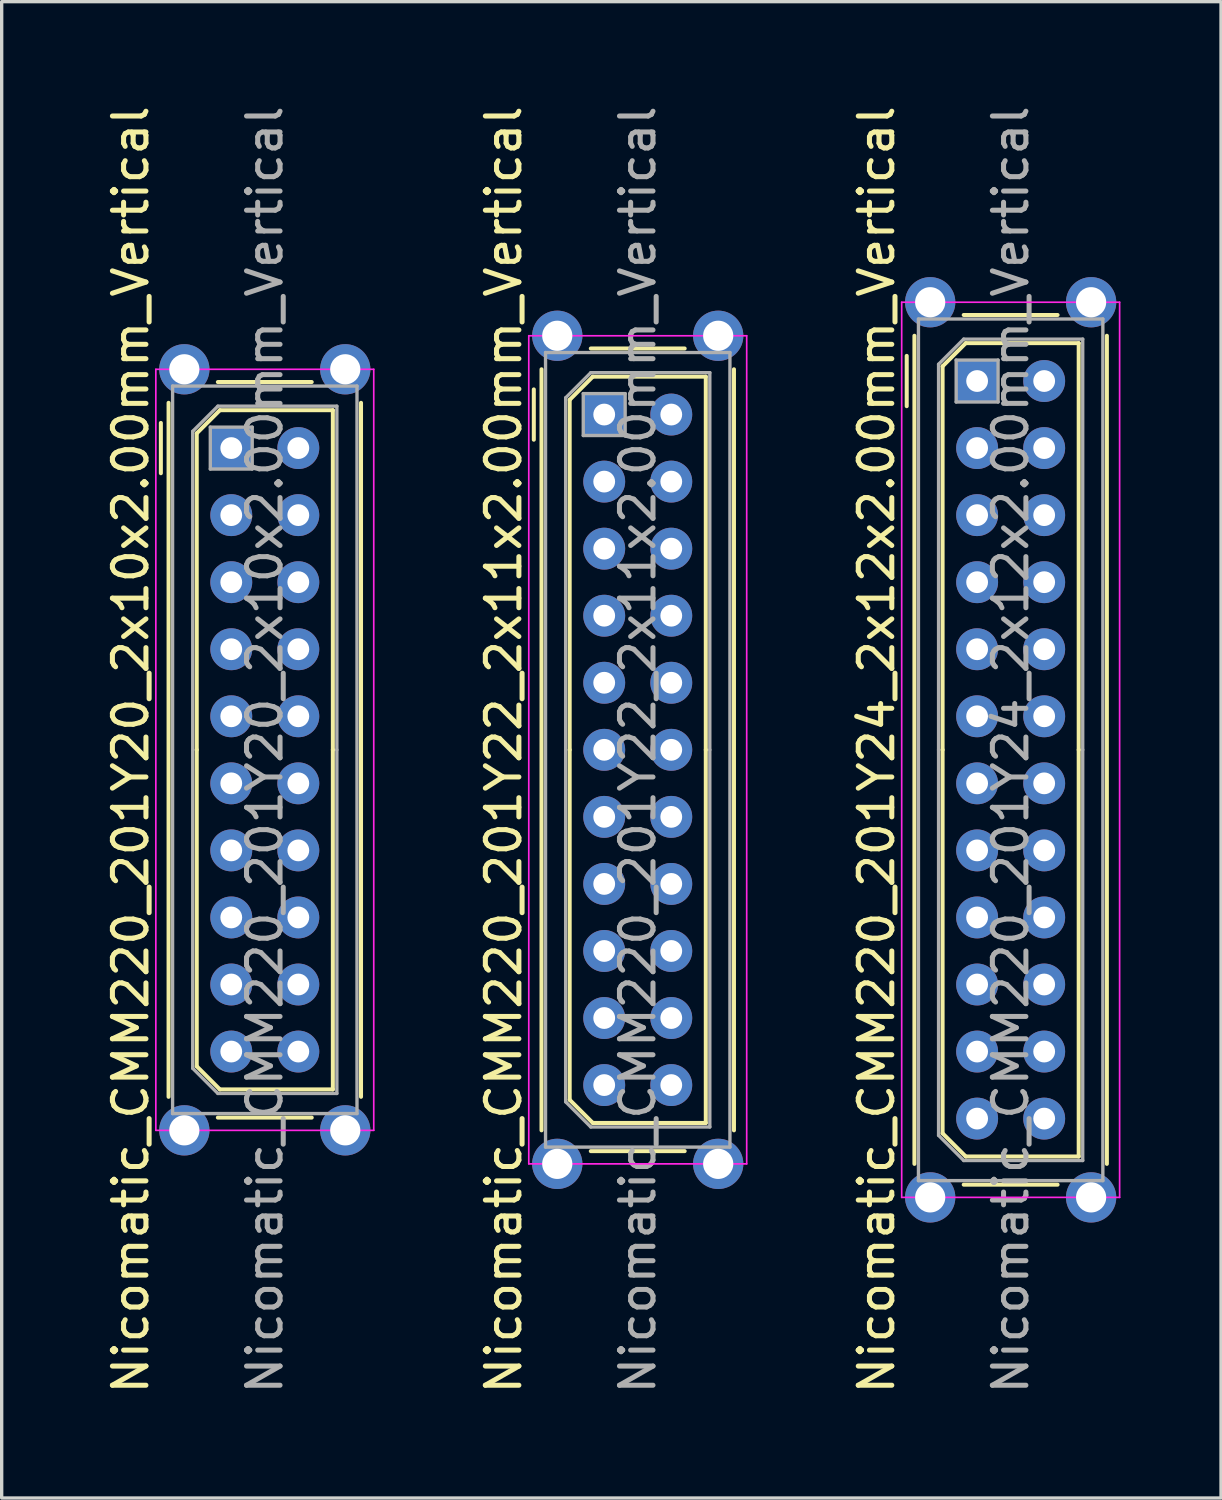
<source format=kicad_pcb>
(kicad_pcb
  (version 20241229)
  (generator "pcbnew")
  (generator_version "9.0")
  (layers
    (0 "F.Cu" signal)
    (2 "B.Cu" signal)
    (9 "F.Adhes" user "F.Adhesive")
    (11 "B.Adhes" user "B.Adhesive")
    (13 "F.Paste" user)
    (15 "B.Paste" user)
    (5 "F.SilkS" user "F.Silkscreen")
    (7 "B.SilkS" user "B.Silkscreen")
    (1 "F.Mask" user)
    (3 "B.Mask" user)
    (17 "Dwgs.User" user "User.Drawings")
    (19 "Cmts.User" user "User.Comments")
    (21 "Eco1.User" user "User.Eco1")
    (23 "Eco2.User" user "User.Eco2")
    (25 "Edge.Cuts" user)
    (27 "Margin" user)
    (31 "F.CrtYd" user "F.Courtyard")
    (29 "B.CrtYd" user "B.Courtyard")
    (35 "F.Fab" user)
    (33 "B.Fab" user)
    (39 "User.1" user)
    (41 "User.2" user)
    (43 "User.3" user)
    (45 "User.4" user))
  (footprint "Nicomatic_CMM220_201Y20_2x10x2.00mm_Vertical"
    (layer "F.Cu")
    (at 3.848 10.315)
    (property "Reference" "Nicomatic_CMM220_201Y20_2x10x2.00mm_Vertical" (at -3 9 90) (layer "F.SilkS") (effects (font (size 1 1) (thickness 0.15))))
    (attr through_hole)
    (fp_line (start -2.1 -0.75) (end -2.1 0.75) (stroke (width 0.12) (type solid)) (layer "F.SilkS"))
    (fp_line (start -1.87 19.35) (end -1.87 -1.35) (stroke (width 0.12) (type solid)) (layer "F.SilkS"))
    (fp_line (start -1.03 -0.44) (end -0.34 -1.13) (stroke (width 0.12) (type solid)) (layer "F.SilkS"))
    (fp_line (start -1.03 9) (end -1.03 -0.44) (stroke (width 0.12) (type solid)) (layer "F.SilkS"))
    (fp_line (start -1.03 9) (end -1.03 18.44) (stroke (width 0.12) (type solid)) (layer "F.SilkS"))
    (fp_line (start -1.03 18.44) (end -0.34 19.13) (stroke (width 0.12) (type solid)) (layer "F.SilkS"))
    (fp_line (start -0.4 -1.97) (end 2.4 -1.97) (stroke (width 0.12) (type solid)) (layer "F.SilkS"))
    (fp_line (start -0.4 19.97) (end 2.4 19.97) (stroke (width 0.12) (type solid)) (layer "F.SilkS"))
    (fp_line (start -0.34 -1.13) (end 3.03 -1.13) (stroke (width 0.12) (type solid)) (layer "F.SilkS"))
    (fp_line (start -0.34 19.13) (end 3.03 19.13) (stroke (width 0.12) (type solid)) (layer "F.SilkS"))
    (fp_line (start 3.03 -1.13) (end 3.03 9) (stroke (width 0.12) (type solid)) (layer "F.SilkS"))
    (fp_line (start 3.03 19.13) (end 3.03 9) (stroke (width 0.12) (type solid)) (layer "F.SilkS"))
    (fp_line (start 3.87 19.35) (end 3.87 -1.35) (stroke (width 0.12) (type solid)) (layer "F.SilkS"))
    (fp_line (start -2.25 -2.35) (end -2.25 20.35) (stroke (width 0.05) (type solid)) (layer "F.CrtYd"))
    (fp_line (start -2.25 20.35) (end 4.25 20.35) (stroke (width 0.05) (type solid)) (layer "F.CrtYd"))
    (fp_line (start 4.25 -2.35) (end -2.25 -2.35) (stroke (width 0.05) (type solid)) (layer "F.CrtYd"))
    (fp_line (start 4.25 20.35) (end 4.25 -2.35) (stroke (width 0.05) (type solid)) (layer "F.CrtYd"))
    (fp_line (start -1.75 -1.85) (end -1.75 19.85) (stroke (width 0.1) (type solid)) (layer "F.Fab"))
    (fp_line (start -1.75 19.85) (end 3.75 19.85) (stroke (width 0.1) (type solid)) (layer "F.Fab"))
    (fp_line (start -1.15 -0.5) (end -0.4 -1.25) (stroke (width 0.1) (type solid)) (layer "F.Fab"))
    (fp_line (start -1.15 9) (end -1.15 -0.5) (stroke (width 0.1) (type solid)) (layer "F.Fab"))
    (fp_line (start -1.15 9) (end -1.15 18.5) (stroke (width 0.1) (type solid)) (layer "F.Fab"))
    (fp_line (start -1.15 18.5) (end -0.4 19.25) (stroke (width 0.1) (type solid)) (layer "F.Fab"))
    (fp_line (start -0.625 -0.625) (end -0.625 0.625) (stroke (width 0.1) (type solid)) (layer "F.Fab"))
    (fp_line (start -0.625 0.625) (end 0.625 0.625) (stroke (width 0.1) (type solid)) (layer "F.Fab"))
    (fp_line (start -0.4 -1.25) (end 3.15 -1.25) (stroke (width 0.1) (type solid)) (layer "F.Fab"))
    (fp_line (start -0.4 19.25) (end 3.15 19.25) (stroke (width 0.1) (type solid)) (layer "F.Fab"))
    (fp_line (start 0.625 -0.625) (end -0.625 -0.625) (stroke (width 0.1) (type solid)) (layer "F.Fab"))
    (fp_line (start 0.625 0.625) (end 0.625 -0.625) (stroke (width 0.1) (type solid)) (layer "F.Fab"))
    (fp_line (start 3.15 -1.25) (end 3.15 9) (stroke (width 0.1) (type solid)) (layer "F.Fab"))
    (fp_line (start 3.15 19.25) (end 3.15 9) (stroke (width 0.1) (type solid)) (layer "F.Fab"))
    (fp_line (start 3.75 -1.85) (end -1.75 -1.85) (stroke (width 0.1) (type solid)) (layer "F.Fab"))
    (fp_line (start 3.75 19.85) (end 3.75 -1.85) (stroke (width 0.1) (type solid)) (layer "F.Fab"))
    (fp_text user "${REFERENCE}" (at 1 9 90) (layer "F.Fab") (effects (font (size 1 1) (thickness 0.15))))
    (pad "" thru_hole circle (at -1.4 -2.35) (size 1.5 1.5) (drill 0.9) (layers "*.Cu" "*.Mask"))
    (pad "" thru_hole circle (at -1.4 20.35) (size 1.5 1.5) (drill 0.9) (layers "*.Cu" "*.Mask"))
    (pad "" thru_hole circle (at 3.4 -2.35) (size 1.5 1.5) (drill 0.9) (layers "*.Cu" "*.Mask"))
    (pad "" thru_hole circle (at 3.4 20.35) (size 1.5 1.5) (drill 0.9) (layers "*.Cu" "*.Mask"))
    (pad "1" thru_hole rect (at 0 0) (size 1.25 1.25) (drill 0.65) (layers "*.Cu" "*.Mask"))
    (pad "2" thru_hole oval (at 0 2) (size 1.25 1.25) (drill 0.65) (layers "*.Cu" "*.Mask"))
    (pad "3" thru_hole oval (at 0 4) (size 1.25 1.25) (drill 0.65) (layers "*.Cu" "*.Mask"))
    (pad "4" thru_hole oval (at 0 6) (size 1.25 1.25) (drill 0.65) (layers "*.Cu" "*.Mask"))
    (pad "5" thru_hole oval (at 0 8) (size 1.25 1.25) (drill 0.65) (layers "*.Cu" "*.Mask"))
    (pad "6" thru_hole oval (at 0 10) (size 1.25 1.25) (drill 0.65) (layers "*.Cu" "*.Mask"))
    (pad "7" thru_hole oval (at 0 12) (size 1.25 1.25) (drill 0.65) (layers "*.Cu" "*.Mask"))
    (pad "8" thru_hole oval (at 0 14) (size 1.25 1.25) (drill 0.65) (layers "*.Cu" "*.Mask"))
    (pad "9" thru_hole oval (at 0 16) (size 1.25 1.25) (drill 0.65) (layers "*.Cu" "*.Mask"))
    (pad "10" thru_hole oval (at 0 18) (size 1.25 1.25) (drill 0.65) (layers "*.Cu" "*.Mask"))
    (pad "11" thru_hole oval (at 2 0) (size 1.25 1.25) (drill 0.65) (layers "*.Cu" "*.Mask"))
    (pad "12" thru_hole oval (at 2 2) (size 1.25 1.25) (drill 0.65) (layers "*.Cu" "*.Mask"))
    (pad "13" thru_hole oval (at 2 4) (size 1.25 1.25) (drill 0.65) (layers "*.Cu" "*.Mask"))
    (pad "14" thru_hole oval (at 2 6) (size 1.25 1.25) (drill 0.65) (layers "*.Cu" "*.Mask"))
    (pad "15" thru_hole oval (at 2 8) (size 1.25 1.25) (drill 0.65) (layers "*.Cu" "*.Mask"))
    (pad "16" thru_hole oval (at 2 10) (size 1.25 1.25) (drill 0.65) (layers "*.Cu" "*.Mask"))
    (pad "17" thru_hole oval (at 2 12) (size 1.25 1.25) (drill 0.65) (layers "*.Cu" "*.Mask"))
    (pad "18" thru_hole oval (at 2 14) (size 1.25 1.25) (drill 0.65) (layers "*.Cu" "*.Mask"))
    (pad "19" thru_hole oval (at 2 16) (size 1.25 1.25) (drill 0.65) (layers "*.Cu" "*.Mask"))
    (pad "20" thru_hole oval (at 2 18) (size 1.25 1.25) (drill 0.65) (layers "*.Cu" "*.Mask")))
  (footprint "Nicomatic_CMM220_201Y22_2x11x2.00mm_Vertical"
    (layer "F.Cu")
    (at 14.972 9.315)
    (property "Reference" "Nicomatic_CMM220_201Y22_2x11x2.00mm_Vertical" (at -3 10 90) (layer "F.SilkS") (effects (font (size 1 1) (thickness 0.15))))
    (attr through_hole)
    (fp_line (start -2.1 -0.75) (end -2.1 0.75) (stroke (width 0.12) (type solid)) (layer "F.SilkS"))
    (fp_line (start -1.87 21.35) (end -1.87 -1.35) (stroke (width 0.12) (type solid)) (layer "F.SilkS"))
    (fp_line (start -1.03 -0.44) (end -0.34 -1.13) (stroke (width 0.12) (type solid)) (layer "F.SilkS"))
    (fp_line (start -1.03 10) (end -1.03 -0.44) (stroke (width 0.12) (type solid)) (layer "F.SilkS"))
    (fp_line (start -1.03 10) (end -1.03 20.44) (stroke (width 0.12) (type solid)) (layer "F.SilkS"))
    (fp_line (start -1.03 20.44) (end -0.34 21.13) (stroke (width 0.12) (type solid)) (layer "F.SilkS"))
    (fp_line (start -0.4 -1.97) (end 2.4 -1.97) (stroke (width 0.12) (type solid)) (layer "F.SilkS"))
    (fp_line (start -0.4 21.97) (end 2.4 21.97) (stroke (width 0.12) (type solid)) (layer "F.SilkS"))
    (fp_line (start -0.34 -1.13) (end 3.03 -1.13) (stroke (width 0.12) (type solid)) (layer "F.SilkS"))
    (fp_line (start -0.34 21.13) (end 3.03 21.13) (stroke (width 0.12) (type solid)) (layer "F.SilkS"))
    (fp_line (start 3.03 -1.13) (end 3.03 10) (stroke (width 0.12) (type solid)) (layer "F.SilkS"))
    (fp_line (start 3.03 21.13) (end 3.03 10) (stroke (width 0.12) (type solid)) (layer "F.SilkS"))
    (fp_line (start 3.87 21.35) (end 3.87 -1.35) (stroke (width 0.12) (type solid)) (layer "F.SilkS"))
    (fp_line (start -2.25 -2.35) (end -2.25 22.35) (stroke (width 0.05) (type solid)) (layer "F.CrtYd"))
    (fp_line (start -2.25 22.35) (end 4.25 22.35) (stroke (width 0.05) (type solid)) (layer "F.CrtYd"))
    (fp_line (start 4.25 -2.35) (end -2.25 -2.35) (stroke (width 0.05) (type solid)) (layer "F.CrtYd"))
    (fp_line (start 4.25 22.35) (end 4.25 -2.35) (stroke (width 0.05) (type solid)) (layer "F.CrtYd"))
    (fp_line (start -1.75 -1.85) (end -1.75 21.85) (stroke (width 0.1) (type solid)) (layer "F.Fab"))
    (fp_line (start -1.75 21.85) (end 3.75 21.85) (stroke (width 0.1) (type solid)) (layer "F.Fab"))
    (fp_line (start -1.15 -0.5) (end -0.4 -1.25) (stroke (width 0.1) (type solid)) (layer "F.Fab"))
    (fp_line (start -1.15 10) (end -1.15 -0.5) (stroke (width 0.1) (type solid)) (layer "F.Fab"))
    (fp_line (start -1.15 10) (end -1.15 20.5) (stroke (width 0.1) (type solid)) (layer "F.Fab"))
    (fp_line (start -1.15 20.5) (end -0.4 21.25) (stroke (width 0.1) (type solid)) (layer "F.Fab"))
    (fp_line (start -0.625 -0.625) (end -0.625 0.625) (stroke (width 0.1) (type solid)) (layer "F.Fab"))
    (fp_line (start -0.625 0.625) (end 0.625 0.625) (stroke (width 0.1) (type solid)) (layer "F.Fab"))
    (fp_line (start -0.4 -1.25) (end 3.15 -1.25) (stroke (width 0.1) (type solid)) (layer "F.Fab"))
    (fp_line (start -0.4 21.25) (end 3.15 21.25) (stroke (width 0.1) (type solid)) (layer "F.Fab"))
    (fp_line (start 0.625 -0.625) (end -0.625 -0.625) (stroke (width 0.1) (type solid)) (layer "F.Fab"))
    (fp_line (start 0.625 0.625) (end 0.625 -0.625) (stroke (width 0.1) (type solid)) (layer "F.Fab"))
    (fp_line (start 3.15 -1.25) (end 3.15 10) (stroke (width 0.1) (type solid)) (layer "F.Fab"))
    (fp_line (start 3.15 21.25) (end 3.15 10) (stroke (width 0.1) (type solid)) (layer "F.Fab"))
    (fp_line (start 3.75 -1.85) (end -1.75 -1.85) (stroke (width 0.1) (type solid)) (layer "F.Fab"))
    (fp_line (start 3.75 21.85) (end 3.75 -1.85) (stroke (width 0.1) (type solid)) (layer "F.Fab"))
    (fp_text user "${REFERENCE}" (at 1 10 90) (layer "F.Fab") (effects (font (size 1 1) (thickness 0.15))))
    (pad "" thru_hole circle (at -1.4 -2.35) (size 1.5 1.5) (drill 0.9) (layers "*.Cu" "*.Mask"))
    (pad "" thru_hole circle (at -1.4 22.35) (size 1.5 1.5) (drill 0.9) (layers "*.Cu" "*.Mask"))
    (pad "" thru_hole circle (at 3.4 -2.35) (size 1.5 1.5) (drill 0.9) (layers "*.Cu" "*.Mask"))
    (pad "" thru_hole circle (at 3.4 22.35) (size 1.5 1.5) (drill 0.9) (layers "*.Cu" "*.Mask"))
    (pad "1" thru_hole rect (at 0 0) (size 1.25 1.25) (drill 0.65) (layers "*.Cu" "*.Mask"))
    (pad "2" thru_hole oval (at 0 2) (size 1.25 1.25) (drill 0.65) (layers "*.Cu" "*.Mask"))
    (pad "3" thru_hole oval (at 0 4) (size 1.25 1.25) (drill 0.65) (layers "*.Cu" "*.Mask"))
    (pad "4" thru_hole oval (at 0 6) (size 1.25 1.25) (drill 0.65) (layers "*.Cu" "*.Mask"))
    (pad "5" thru_hole oval (at 0 8) (size 1.25 1.25) (drill 0.65) (layers "*.Cu" "*.Mask"))
    (pad "6" thru_hole oval (at 0 10) (size 1.25 1.25) (drill 0.65) (layers "*.Cu" "*.Mask"))
    (pad "7" thru_hole oval (at 0 12) (size 1.25 1.25) (drill 0.65) (layers "*.Cu" "*.Mask"))
    (pad "8" thru_hole oval (at 0 14) (size 1.25 1.25) (drill 0.65) (layers "*.Cu" "*.Mask"))
    (pad "9" thru_hole oval (at 0 16) (size 1.25 1.25) (drill 0.65) (layers "*.Cu" "*.Mask"))
    (pad "10" thru_hole oval (at 0 18) (size 1.25 1.25) (drill 0.65) (layers "*.Cu" "*.Mask"))
    (pad "11" thru_hole oval (at 0 20) (size 1.25 1.25) (drill 0.65) (layers "*.Cu" "*.Mask"))
    (pad "12" thru_hole oval (at 2 0) (size 1.25 1.25) (drill 0.65) (layers "*.Cu" "*.Mask"))
    (pad "13" thru_hole oval (at 2 2) (size 1.25 1.25) (drill 0.65) (layers "*.Cu" "*.Mask"))
    (pad "14" thru_hole oval (at 2 4) (size 1.25 1.25) (drill 0.65) (layers "*.Cu" "*.Mask"))
    (pad "15" thru_hole oval (at 2 6) (size 1.25 1.25) (drill 0.65) (layers "*.Cu" "*.Mask"))
    (pad "16" thru_hole oval (at 2 8) (size 1.25 1.25) (drill 0.65) (layers "*.Cu" "*.Mask"))
    (pad "17" thru_hole oval (at 2 10) (size 1.25 1.25) (drill 0.65) (layers "*.Cu" "*.Mask"))
    (pad "18" thru_hole oval (at 2 12) (size 1.25 1.25) (drill 0.65) (layers "*.Cu" "*.Mask"))
    (pad "19" thru_hole oval (at 2 14) (size 1.25 1.25) (drill 0.65) (layers "*.Cu" "*.Mask"))
    (pad "20" thru_hole oval (at 2 16) (size 1.25 1.25) (drill 0.65) (layers "*.Cu" "*.Mask"))
    (pad "21" thru_hole oval (at 2 18) (size 1.25 1.25) (drill 0.65) (layers "*.Cu" "*.Mask"))
    (pad "22" thru_hole oval (at 2 20) (size 1.25 1.25) (drill 0.65) (layers "*.Cu" "*.Mask")))
  (footprint "Nicomatic_CMM220_201Y24_2x12x2.00mm_Vertical"
    (layer "F.Cu")
    (at 26.095 8.315)
    (property "Reference" "Nicomatic_CMM220_201Y24_2x12x2.00mm_Vertical" (at -3 11 90) (layer "F.SilkS") (effects (font (size 1 1) (thickness 0.15))))
    (attr through_hole)
    (fp_line (start -2.1 -0.75) (end -2.1 0.75) (stroke (width 0.12) (type solid)) (layer "F.SilkS"))
    (fp_line (start -1.87 23.35) (end -1.87 -1.35) (stroke (width 0.12) (type solid)) (layer "F.SilkS"))
    (fp_line (start -1.03 -0.44) (end -0.34 -1.13) (stroke (width 0.12) (type solid)) (layer "F.SilkS"))
    (fp_line (start -1.03 11) (end -1.03 -0.44) (stroke (width 0.12) (type solid)) (layer "F.SilkS"))
    (fp_line (start -1.03 11) (end -1.03 22.44) (stroke (width 0.12) (type solid)) (layer "F.SilkS"))
    (fp_line (start -1.03 22.44) (end -0.34 23.13) (stroke (width 0.12) (type solid)) (layer "F.SilkS"))
    (fp_line (start -0.4 -1.97) (end 2.4 -1.97) (stroke (width 0.12) (type solid)) (layer "F.SilkS"))
    (fp_line (start -0.4 23.97) (end 2.4 23.97) (stroke (width 0.12) (type solid)) (layer "F.SilkS"))
    (fp_line (start -0.34 -1.13) (end 3.03 -1.13) (stroke (width 0.12) (type solid)) (layer "F.SilkS"))
    (fp_line (start -0.34 23.13) (end 3.03 23.13) (stroke (width 0.12) (type solid)) (layer "F.SilkS"))
    (fp_line (start 3.03 -1.13) (end 3.03 11) (stroke (width 0.12) (type solid)) (layer "F.SilkS"))
    (fp_line (start 3.03 23.13) (end 3.03 11) (stroke (width 0.12) (type solid)) (layer "F.SilkS"))
    (fp_line (start 3.87 23.35) (end 3.87 -1.35) (stroke (width 0.12) (type solid)) (layer "F.SilkS"))
    (fp_line (start -2.25 -2.35) (end -2.25 24.35) (stroke (width 0.05) (type solid)) (layer "F.CrtYd"))
    (fp_line (start -2.25 24.35) (end 4.25 24.35) (stroke (width 0.05) (type solid)) (layer "F.CrtYd"))
    (fp_line (start 4.25 -2.35) (end -2.25 -2.35) (stroke (width 0.05) (type solid)) (layer "F.CrtYd"))
    (fp_line (start 4.25 24.35) (end 4.25 -2.35) (stroke (width 0.05) (type solid)) (layer "F.CrtYd"))
    (fp_line (start -1.75 -1.85) (end -1.75 23.85) (stroke (width 0.1) (type solid)) (layer "F.Fab"))
    (fp_line (start -1.75 23.85) (end 3.75 23.85) (stroke (width 0.1) (type solid)) (layer "F.Fab"))
    (fp_line (start -1.15 -0.5) (end -0.4 -1.25) (stroke (width 0.1) (type solid)) (layer "F.Fab"))
    (fp_line (start -1.15 11) (end -1.15 -0.5) (stroke (width 0.1) (type solid)) (layer "F.Fab"))
    (fp_line (start -1.15 11) (end -1.15 22.5) (stroke (width 0.1) (type solid)) (layer "F.Fab"))
    (fp_line (start -1.15 22.5) (end -0.4 23.25) (stroke (width 0.1) (type solid)) (layer "F.Fab"))
    (fp_line (start -0.625 -0.625) (end -0.625 0.625) (stroke (width 0.1) (type solid)) (layer "F.Fab"))
    (fp_line (start -0.625 0.625) (end 0.625 0.625) (stroke (width 0.1) (type solid)) (layer "F.Fab"))
    (fp_line (start -0.4 -1.25) (end 3.15 -1.25) (stroke (width 0.1) (type solid)) (layer "F.Fab"))
    (fp_line (start -0.4 23.25) (end 3.15 23.25) (stroke (width 0.1) (type solid)) (layer "F.Fab"))
    (fp_line (start 0.625 -0.625) (end -0.625 -0.625) (stroke (width 0.1) (type solid)) (layer "F.Fab"))
    (fp_line (start 0.625 0.625) (end 0.625 -0.625) (stroke (width 0.1) (type solid)) (layer "F.Fab"))
    (fp_line (start 3.15 -1.25) (end 3.15 11) (stroke (width 0.1) (type solid)) (layer "F.Fab"))
    (fp_line (start 3.15 23.25) (end 3.15 11) (stroke (width 0.1) (type solid)) (layer "F.Fab"))
    (fp_line (start 3.75 -1.85) (end -1.75 -1.85) (stroke (width 0.1) (type solid)) (layer "F.Fab"))
    (fp_line (start 3.75 23.85) (end 3.75 -1.85) (stroke (width 0.1) (type solid)) (layer "F.Fab"))
    (fp_text user "${REFERENCE}" (at 1 11 90) (layer "F.Fab") (effects (font (size 1 1) (thickness 0.15))))
    (pad "" thru_hole circle (at -1.4 -2.35) (size 1.5 1.5) (drill 0.9) (layers "*.Cu" "*.Mask"))
    (pad "" thru_hole circle (at -1.4 24.35) (size 1.5 1.5) (drill 0.9) (layers "*.Cu" "*.Mask"))
    (pad "" thru_hole circle (at 3.4 -2.35) (size 1.5 1.5) (drill 0.9) (layers "*.Cu" "*.Mask"))
    (pad "" thru_hole circle (at 3.4 24.35) (size 1.5 1.5) (drill 0.9) (layers "*.Cu" "*.Mask"))
    (pad "1" thru_hole rect (at 0 0) (size 1.25 1.25) (drill 0.65) (layers "*.Cu" "*.Mask"))
    (pad "2" thru_hole oval (at 0 2) (size 1.25 1.25) (drill 0.65) (layers "*.Cu" "*.Mask"))
    (pad "3" thru_hole oval (at 0 4) (size 1.25 1.25) (drill 0.65) (layers "*.Cu" "*.Mask"))
    (pad "4" thru_hole oval (at 0 6) (size 1.25 1.25) (drill 0.65) (layers "*.Cu" "*.Mask"))
    (pad "5" thru_hole oval (at 0 8) (size 1.25 1.25) (drill 0.65) (layers "*.Cu" "*.Mask"))
    (pad "6" thru_hole oval (at 0 10) (size 1.25 1.25) (drill 0.65) (layers "*.Cu" "*.Mask"))
    (pad "7" thru_hole oval (at 0 12) (size 1.25 1.25) (drill 0.65) (layers "*.Cu" "*.Mask"))
    (pad "8" thru_hole oval (at 0 14) (size 1.25 1.25) (drill 0.65) (layers "*.Cu" "*.Mask"))
    (pad "9" thru_hole oval (at 0 16) (size 1.25 1.25) (drill 0.65) (layers "*.Cu" "*.Mask"))
    (pad "10" thru_hole oval (at 0 18) (size 1.25 1.25) (drill 0.65) (layers "*.Cu" "*.Mask"))
    (pad "11" thru_hole oval (at 0 20) (size 1.25 1.25) (drill 0.65) (layers "*.Cu" "*.Mask"))
    (pad "12" thru_hole oval (at 0 22) (size 1.25 1.25) (drill 0.65) (layers "*.Cu" "*.Mask"))
    (pad "13" thru_hole oval (at 2 0) (size 1.25 1.25) (drill 0.65) (layers "*.Cu" "*.Mask"))
    (pad "14" thru_hole oval (at 2 2) (size 1.25 1.25) (drill 0.65) (layers "*.Cu" "*.Mask"))
    (pad "15" thru_hole oval (at 2 4) (size 1.25 1.25) (drill 0.65) (layers "*.Cu" "*.Mask"))
    (pad "16" thru_hole oval (at 2 6) (size 1.25 1.25) (drill 0.65) (layers "*.Cu" "*.Mask"))
    (pad "17" thru_hole oval (at 2 8) (size 1.25 1.25) (drill 0.65) (layers "*.Cu" "*.Mask"))
    (pad "18" thru_hole oval (at 2 10) (size 1.25 1.25) (drill 0.65) (layers "*.Cu" "*.Mask"))
    (pad "19" thru_hole oval (at 2 12) (size 1.25 1.25) (drill 0.65) (layers "*.Cu" "*.Mask"))
    (pad "20" thru_hole oval (at 2 14) (size 1.25 1.25) (drill 0.65) (layers "*.Cu" "*.Mask"))
    (pad "21" thru_hole oval (at 2 16) (size 1.25 1.25) (drill 0.65) (layers "*.Cu" "*.Mask"))
    (pad "22" thru_hole oval (at 2 18) (size 1.25 1.25) (drill 0.65) (layers "*.Cu" "*.Mask"))
    (pad "23" thru_hole oval (at 2 20) (size 1.25 1.25) (drill 0.65) (layers "*.Cu" "*.Mask"))
    (pad "24" thru_hole oval (at 2 22) (size 1.25 1.25) (drill 0.65) (layers "*.Cu" "*.Mask")))
  (gr_rect
    (start -3 -3)
    (end 33.37 41.631)
    (stroke (width 0.1) (type default))
    (fill no)
    (layer "Edge.Cuts")))
</source>
